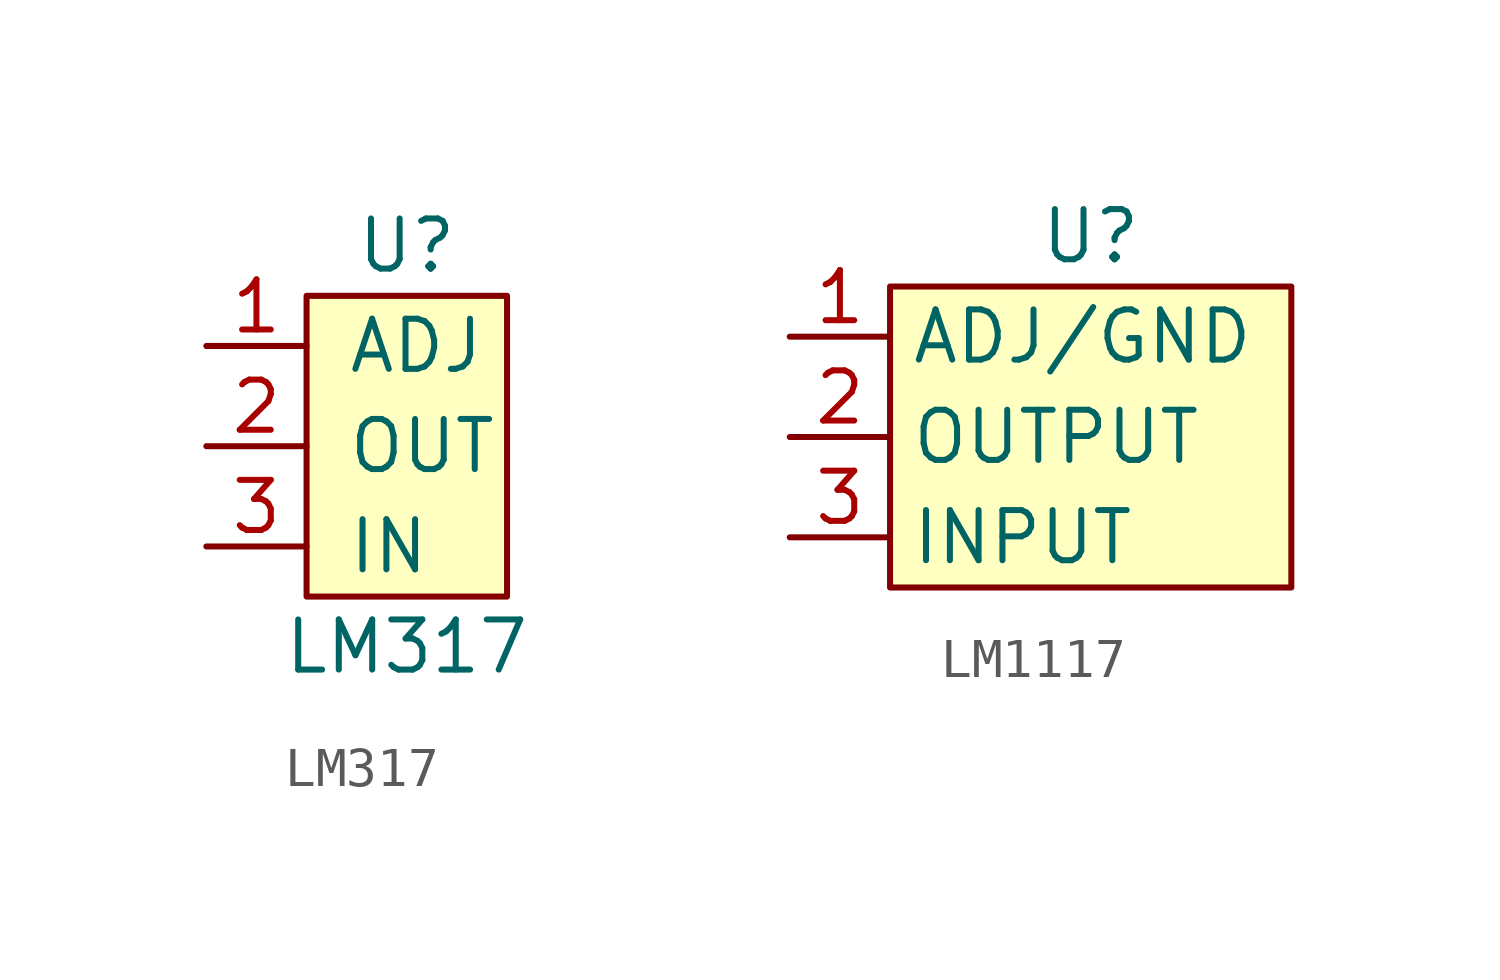
<source format=kicad_sym>
(kicad_symbol_lib
  (version 20231120)
  (generator "kicad_symbol_editor")
  (generator_version "8.0")
  (symbol "LM317"
    (pin_names
      (offset 1.016))
    (property "Reference" "U"
      (at 0 5.08 0)
      (effects (font (size 1.27 1.27))))
    (property "Value" "LM317"
      (at 0 -5.08 0)
      (effects (font (size 1.27 1.27))))
    (symbol "LM317_1_1"
      (rectangle (start -2.54 3.81) (end 2.54 -3.81) (stroke (width 0) (type default)) (fill (type background)))
      (pin input line (at -5.08 2.54 0) (length 2.54) (name "ADJ" (effects (font (size 1.27 1.27)))) (number "1" (effects (font (size 1.27 1.27)))))
      (pin power_out line (at -5.08 0 0) (length 2.54) (name "OUT" (effects (font (size 1.27 1.27)))) (number "2" (effects (font (size 1.27 1.27)))))
      (pin power_in line (at -5.08 -2.54 0) (length 2.54) (name "IN" (effects (font (size 1.27 1.27)))) (number "3" (effects (font (size 1.27 1.27)))))))
  (symbol "LM1117"
    (property "Reference" "U"
      (at 0 5.08 0)
      (effects (font (size 1.27 1.27))))
    (property "Value" ""
      (at 0 0 0)
      (effects (font (size 1.27 1.27))))
    (symbol "LM1117_1_1"
      (rectangle (start -5.08 3.81) (end 5.08 -3.81) (stroke (width 0) (type default)) (fill (type background)))
      (pin input line (at -7.62 2.54 0) (length 2.54) (name "ADJ/GND" (effects (font (size 1.27 1.27)))) (number "1" (effects (font (size 1.27 1.27)))))
      (pin power_out line (at -7.62 0 0) (length 2.54) (name "OUTPUT" (effects (font (size 1.27 1.27)))) (number "2" (effects (font (size 1.27 1.27)))))
      (pin power_in line (at -7.62 -2.54 0) (length 2.54) (name "INPUT" (effects (font (size 1.27 1.27)))) (number "3" (effects (font (size 1.27 1.27))))))))
</source>
